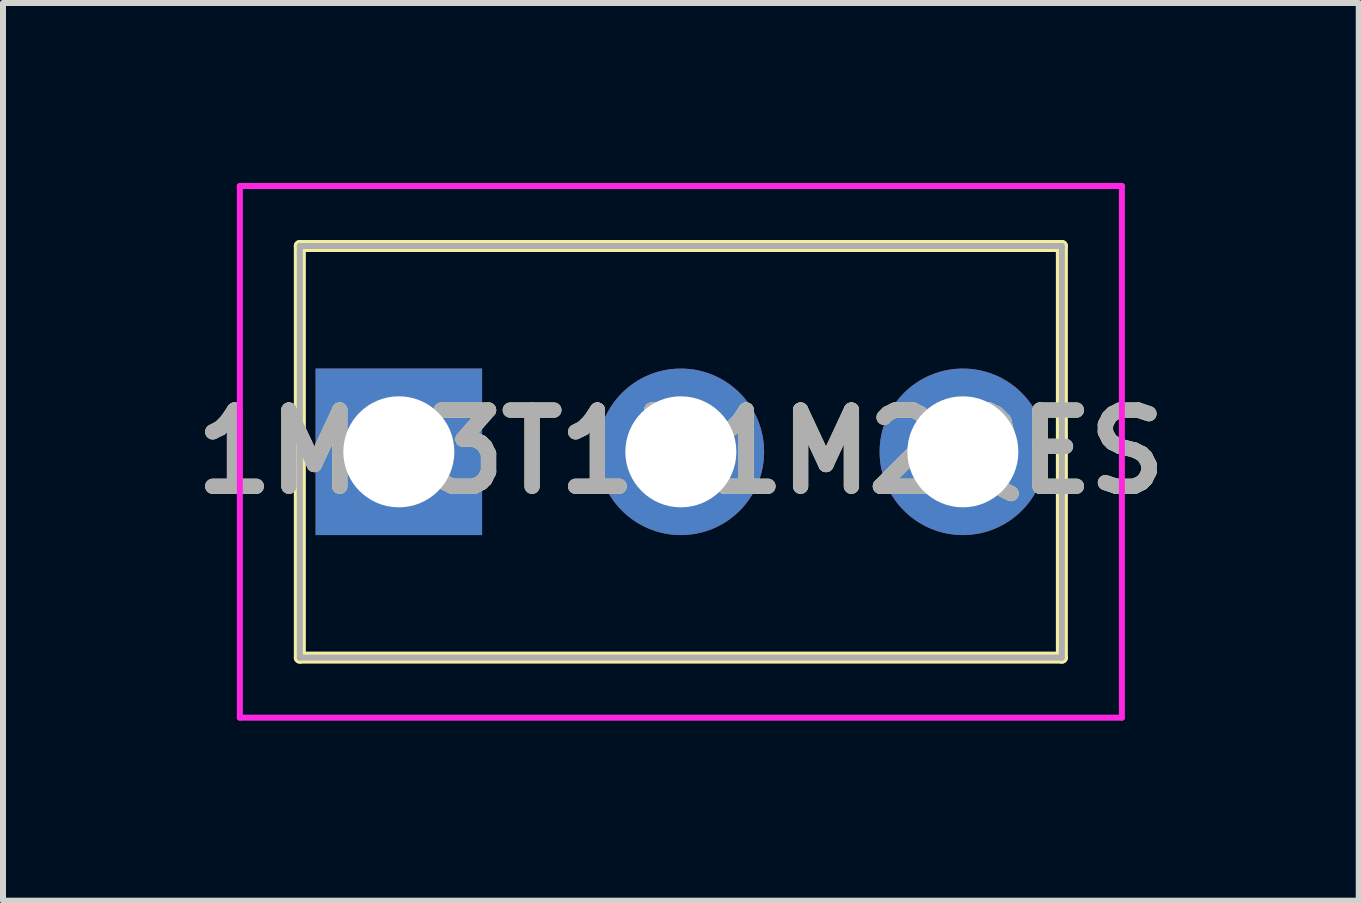
<source format=kicad_pcb>
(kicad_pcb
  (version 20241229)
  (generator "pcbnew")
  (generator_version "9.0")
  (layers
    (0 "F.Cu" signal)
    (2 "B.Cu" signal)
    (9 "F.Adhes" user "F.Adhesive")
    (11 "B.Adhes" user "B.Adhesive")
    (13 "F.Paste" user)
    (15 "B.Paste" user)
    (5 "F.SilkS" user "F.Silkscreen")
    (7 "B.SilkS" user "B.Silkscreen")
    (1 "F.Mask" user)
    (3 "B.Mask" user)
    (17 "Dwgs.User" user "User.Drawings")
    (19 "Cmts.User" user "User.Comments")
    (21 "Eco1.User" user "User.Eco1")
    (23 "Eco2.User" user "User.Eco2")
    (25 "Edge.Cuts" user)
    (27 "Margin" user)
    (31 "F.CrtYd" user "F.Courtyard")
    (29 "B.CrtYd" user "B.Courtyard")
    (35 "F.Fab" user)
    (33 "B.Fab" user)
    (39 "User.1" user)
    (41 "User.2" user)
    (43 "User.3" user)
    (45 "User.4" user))
  (footprint "1MS3T1B1M2QES"
    (layer "F.Cu")
    (at 8.297 4.48)
    (property "Reference" "1MS3T1B1M2QES" (at 0 0 0) (layer "F.SilkS") (effects (font (size 1.27 1.27) (thickness 0.254))))
    (attr through_hole)
    (fp_line (start -6.35 -3.43) (end 6.35 -3.43) (stroke (width 0.2) (type solid)) (layer "F.SilkS"))
    (fp_line (start -6.35 3.43) (end -6.35 -3.43) (stroke (width 0.2) (type solid)) (layer "F.SilkS"))
    (fp_line (start 6.35 -3.43) (end 6.35 3.43) (stroke (width 0.2) (type solid)) (layer "F.SilkS"))
    (fp_line (start 6.35 3.43) (end -6.35 3.43) (stroke (width 0.2) (type solid)) (layer "F.SilkS"))
    (fp_line (start -7.35 -4.43) (end 7.35 -4.43) (stroke (width 0.1) (type solid)) (layer "F.CrtYd"))
    (fp_line (start -7.35 4.43) (end -7.35 -4.43) (stroke (width 0.1) (type solid)) (layer "F.CrtYd"))
    (fp_line (start 7.35 -4.43) (end 7.35 4.43) (stroke (width 0.1) (type solid)) (layer "F.CrtYd"))
    (fp_line (start 7.35 4.43) (end -7.35 4.43) (stroke (width 0.1) (type solid)) (layer "F.CrtYd"))
    (fp_line (start -6.35 -3.43) (end 6.35 -3.43) (stroke (width 0.1) (type solid)) (layer "F.Fab"))
    (fp_line (start -6.35 3.43) (end -6.35 -3.43) (stroke (width 0.1) (type solid)) (layer "F.Fab"))
    (fp_line (start 6.35 -3.43) (end 6.35 3.43) (stroke (width 0.1) (type solid)) (layer "F.Fab"))
    (fp_line (start 6.35 3.43) (end -6.35 3.43) (stroke (width 0.1) (type solid)) (layer "F.Fab"))
    (fp_text user "${REFERENCE}" (at 0 0 0) (layer "F.Fab") (effects (font (size 1.27 1.27) (thickness 0.254))))
    (pad "1" thru_hole rect (at -4.7 0) (size 2.775 2.775) (drill 1.85) (layers "*.Cu" "*.Mask"))
    (pad "2" thru_hole circle (at 0 0) (size 2.775 2.775) (drill 1.85) (layers "*.Cu" "*.Mask"))
    (pad "3" thru_hole circle (at 4.7 0) (size 2.775 2.775) (drill 1.85) (layers "*.Cu" "*.Mask")))
  (gr_rect
    (start -3 -3)
    (end 19.595 11.96)
    (stroke (width 0.1) (type default))
    (fill no)
    (layer "Edge.Cuts")))
</source>
